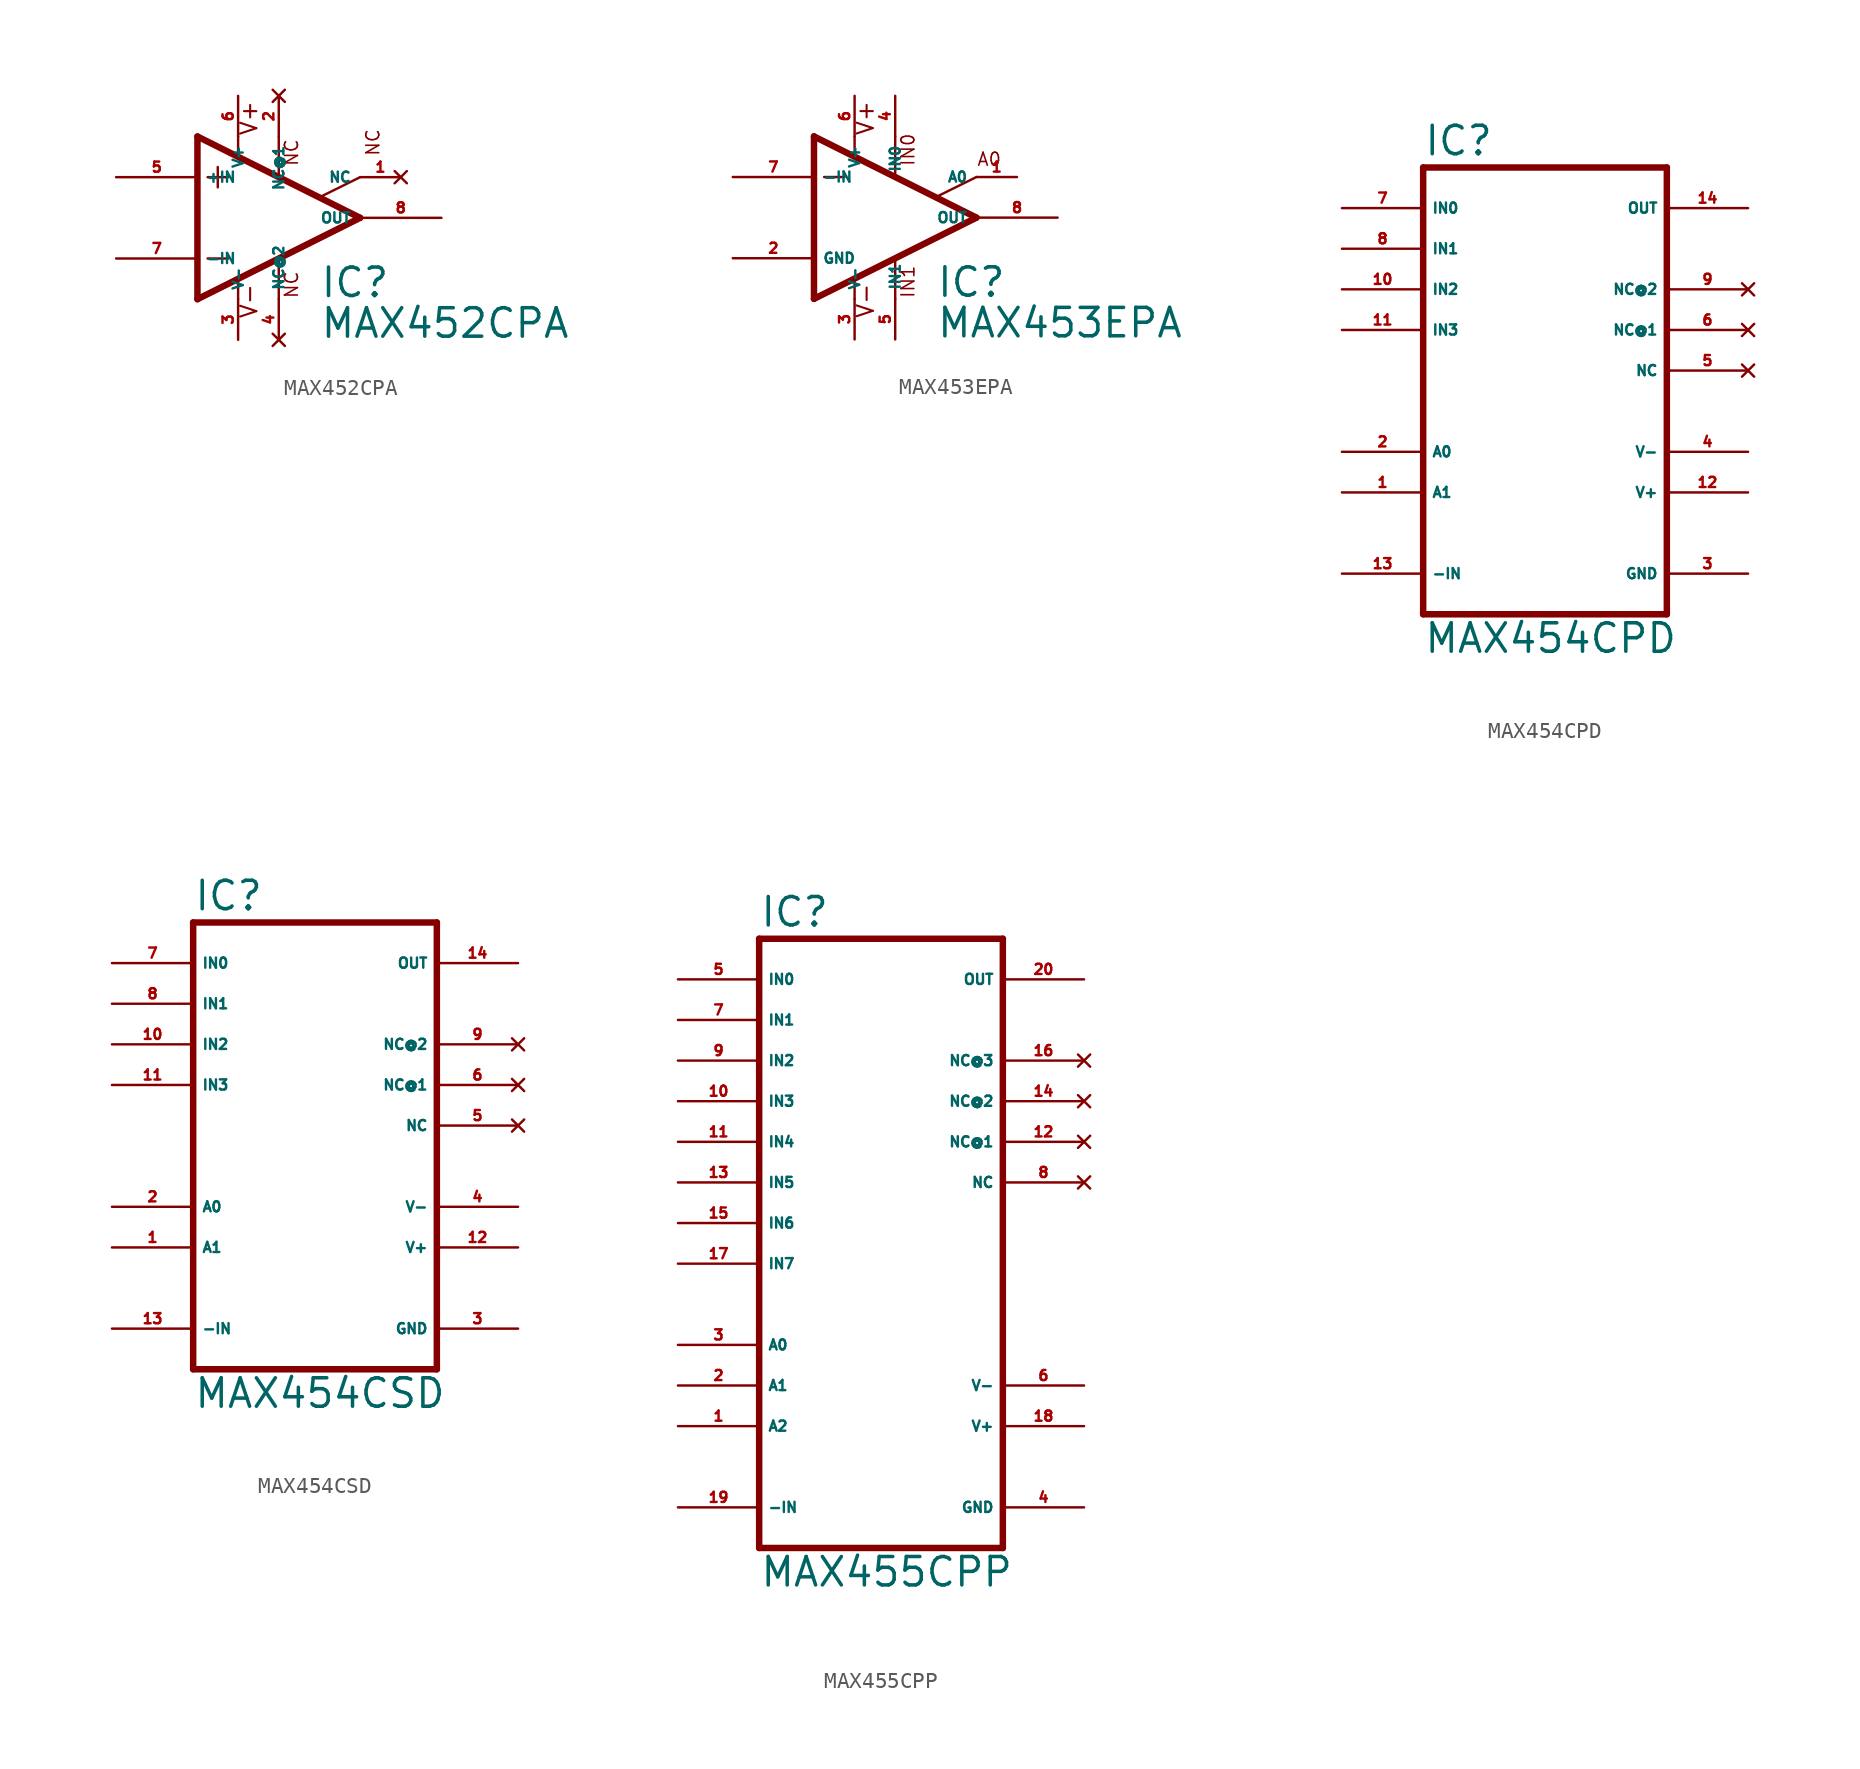
<source format=kicad_sym>
(kicad_symbol_lib
  (version 20220914)
  (generator Eagle2Kicad)
  (symbol "MAX452CPA"
    (property "Reference" "IC"
      (at 5.08 -5.08 0)
      (effects (font (size 1.778 1.778) (thickness 0.22)) (justify left bottom)))
    (property "Value" "MAX452CPA"
      (at 5.08 -7.62 0)
      (effects (font (size 1.778 1.778) (thickness 0.22)) (justify left bottom)))
    (polyline
      (pts (xy -1.27 3.175) (xy -1.27 1.905))
      (stroke (width 0.152) (type default))
      (fill (type none)))
    (polyline
      (pts (xy -1.905 2.54) (xy -0.635 2.54))
      (stroke (width 0.152) (type default))
      (fill (type none)))
    (polyline
      (pts (xy -1.905 -2.54) (xy -0.635 -2.54))
      (stroke (width 0.152) (type default))
      (fill (type none)))
    (polyline
      (pts (xy 0 5.08) (xy 0 3.886))
      (stroke (width 0.152) (type default))
      (fill (type none)))
    (polyline
      (pts (xy 2.54 5.055) (xy 2.54 2.616))
      (stroke (width 0.152) (type default))
      (fill (type none)))
    (polyline
      (pts (xy 2.54 -2.616) (xy 2.54 -5.08))
      (stroke (width 0.152) (type default))
      (fill (type none)))
    (polyline
      (pts (xy 0 -3.912) (xy 0 -5.08))
      (stroke (width 0.152) (type default))
      (fill (type none)))
    (polyline
      (pts (xy 7.62 2.54) (xy 5.156 1.321))
      (stroke (width 0.152) (type default))
      (fill (type none)))
    (polyline
      (pts (xy 7.62 0) (xy -2.54 5.08))
      (stroke (width 0.406) (type default))
      (fill (type none)))
    (polyline
      (pts (xy -2.54 5.08) (xy -2.54 -5.08))
      (stroke (width 0.406) (type default))
      (fill (type none)))
    (polyline
      (pts (xy -2.54 -5.08) (xy 7.62 0))
      (stroke (width 0.406) (type default))
      (fill (type none)))
    (text "NC"
      (at 3.81 3.175 900)
      (effects (font (size 0.813 0.813) (thickness 0.10)) (justify left bottom)))
    (text "NC"
      (at 3.81 -5.08 900)
      (effects (font (size 0.813 0.813) (thickness 0.10)) (justify left bottom)))
    (text "NC"
      (at 8.89 3.81 1800)
      (effects (font (size 0.813 0.813) (thickness 0.10)) (justify left bottom)))
    (text "V+"
      (at 1.27 5.08 900)
      (effects (font (size 1.016 1.016) (thickness 0.13)) (justify left bottom)))
    (text "V-"
      (at 1.27 -6.35 900)
      (effects (font (size 1.016 1.016) (thickness 0.13)) (justify left bottom)))
    (pin no_connect line
      (at 10.16 2.54 180)
      (length 2.54)
      (name "NC" (effects (font (size 0.635 0.635) (thickness 0.08)) (justify left bottom) hide))
      (number "1" (effects (font (size 0.635 0.635) (thickness 0.08)) (justify left bottom) hide)))
    (pin no_connect line
      (at 2.54 7.62 270)
      (length 2.54)
      (name "NC@1" (effects (font (size 0.635 0.635) (thickness 0.08)) (justify left bottom) hide))
      (number "2" (effects (font (size 0.635 0.635) (thickness 0.08)) (justify left bottom) hide)))
    (pin input line
      (at -7.62 -2.54 0)
      (length 5.08)
      (name "-IN" (effects (font (size 0.635 0.635) (thickness 0.08)) (justify left bottom)))
      (number "7" (effects (font (size 0.635 0.635) (thickness 0.08)) (justify left bottom))))
    (pin input line
      (at -7.62 2.54 0)
      (length 5.08)
      (name "+IN" (effects (font (size 0.635 0.635) (thickness 0.08)) (justify left bottom)))
      (number "5" (effects (font (size 0.635 0.635) (thickness 0.08)) (justify left bottom))))
    (pin output line
      (at 12.7 0 180)
      (length 5.08)
      (name "OUT" (effects (font (size 0.635 0.635) (thickness 0.08)) (justify left bottom)))
      (number "8" (effects (font (size 0.635 0.635) (thickness 0.08)) (justify left bottom))))
    (pin no_connect line
      (at 2.54 -7.62 90)
      (length 2.54)
      (name "NC@2" (effects (font (size 0.635 0.635) (thickness 0.08)) (justify left bottom) hide))
      (number "4" (effects (font (size 0.635 0.635) (thickness 0.08)) (justify left bottom) hide)))
    (pin unspecified line
      (at 0 7.62 270)
      (length 2.54)
      (name "V+" (effects (font (size 0.635 0.635) (thickness 0.08)) (justify left bottom)))
      (number "6" (effects (font (size 0.635 0.635) (thickness 0.08)) (justify left bottom))))
    (pin unspecified line
      (at 0 -7.62 90)
      (length 2.54)
      (name "V-" (effects (font (size 0.635 0.635) (thickness 0.08)) (justify left bottom)))
      (number "3" (effects (font (size 0.635 0.635) (thickness 0.08)) (justify left bottom)))))
  (symbol "MAX453EPA"
    (property "Reference" "IC"
      (at 5.08 -5.08 0)
      (effects (font (size 1.778 1.778) (thickness 0.22)) (justify left bottom)))
    (property "Value" "MAX453EPA"
      (at 5.08 -7.62 0)
      (effects (font (size 1.778 1.778) (thickness 0.22)) (justify left bottom)))
    (polyline
      (pts (xy -1.905 2.54) (xy -0.635 2.54))
      (stroke (width 0.152) (type default))
      (fill (type none)))
    (polyline
      (pts (xy 0 5.08) (xy 0 3.886))
      (stroke (width 0.152) (type default))
      (fill (type none)))
    (polyline
      (pts (xy 2.54 5.055) (xy 2.54 2.616))
      (stroke (width 0.152) (type default))
      (fill (type none)))
    (polyline
      (pts (xy 2.54 -2.616) (xy 2.54 -5.08))
      (stroke (width 0.152) (type default))
      (fill (type none)))
    (polyline
      (pts (xy 0 -3.912) (xy 0 -5.08))
      (stroke (width 0.152) (type default))
      (fill (type none)))
    (polyline
      (pts (xy 7.62 2.54) (xy 5.156 1.321))
      (stroke (width 0.152) (type default))
      (fill (type none)))
    (polyline
      (pts (xy 7.62 0) (xy -2.54 5.08))
      (stroke (width 0.406) (type default))
      (fill (type none)))
    (polyline
      (pts (xy -2.54 5.08) (xy -2.54 -5.08))
      (stroke (width 0.406) (type default))
      (fill (type none)))
    (polyline
      (pts (xy -2.54 -5.08) (xy 7.62 0))
      (stroke (width 0.406) (type default))
      (fill (type none)))
    (text "A0"
      (at 7.62 3.175 0)
      (effects (font (size 0.813 0.813) (thickness 0.10)) (justify left bottom)))
    (text "IN0"
      (at 3.81 3.175 900)
      (effects (font (size 0.813 0.813) (thickness 0.10)) (justify left bottom)))
    (text "IN1"
      (at 3.81 -5.08 900)
      (effects (font (size 0.813 0.813) (thickness 0.10)) (justify left bottom)))
    (text "V+"
      (at 1.27 5.08 900)
      (effects (font (size 1.016 1.016) (thickness 0.13)) (justify left bottom)))
    (text "V-"
      (at 1.27 -6.35 900)
      (effects (font (size 1.016 1.016) (thickness 0.13)) (justify left bottom)))
    (pin input line
      (at 10.16 2.54 180)
      (length 2.54)
      (name "A0" (effects (font (size 0.635 0.635) (thickness 0.08)) (justify left bottom)))
      (number "1" (effects (font (size 0.635 0.635) (thickness 0.08)) (justify left bottom))))
    (pin input line
      (at 2.54 7.62 270)
      (length 2.54)
      (name "IN0" (effects (font (size 0.635 0.635) (thickness 0.08)) (justify left bottom)))
      (number "4" (effects (font (size 0.635 0.635) (thickness 0.08)) (justify left bottom))))
    (pin unspecified line
      (at -7.62 -2.54 0)
      (length 5.08)
      (name "GND" (effects (font (size 0.635 0.635) (thickness 0.08)) (justify left bottom)))
      (number "2" (effects (font (size 0.635 0.635) (thickness 0.08)) (justify left bottom))))
    (pin input line
      (at -7.62 2.54 0)
      (length 5.08)
      (name "-IN" (effects (font (size 0.635 0.635) (thickness 0.08)) (justify left bottom)))
      (number "7" (effects (font (size 0.635 0.635) (thickness 0.08)) (justify left bottom))))
    (pin output line
      (at 12.7 0 180)
      (length 5.08)
      (name "OUT" (effects (font (size 0.635 0.635) (thickness 0.08)) (justify left bottom)))
      (number "8" (effects (font (size 0.635 0.635) (thickness 0.08)) (justify left bottom))))
    (pin input line
      (at 2.54 -7.62 90)
      (length 2.54)
      (name "IN1" (effects (font (size 0.635 0.635) (thickness 0.08)) (justify left bottom)))
      (number "5" (effects (font (size 0.635 0.635) (thickness 0.08)) (justify left bottom))))
    (pin unspecified line
      (at 0 7.62 270)
      (length 2.54)
      (name "V+" (effects (font (size 0.635 0.635) (thickness 0.08)) (justify left bottom)))
      (number "6" (effects (font (size 0.635 0.635) (thickness 0.08)) (justify left bottom))))
    (pin unspecified line
      (at 0 -7.62 90)
      (length 2.54)
      (name "V-" (effects (font (size 0.635 0.635) (thickness 0.08)) (justify left bottom)))
      (number "3" (effects (font (size 0.635 0.635) (thickness 0.08)) (justify left bottom)))))
  (symbol "MAX454CPD"
    (property "Reference" "IC"
      (at -7.62 13.335 0)
      (effects (font (size 1.778 1.778) (thickness 0.22)) (justify left bottom)))
    (property "Value" "MAX454CPD"
      (at -7.62 -17.78 0)
      (effects (font (size 1.778 1.778) (thickness 0.22)) (justify left bottom)))
    (polyline
      (pts (xy -7.62 -15.24) (xy 7.62 -15.24))
      (stroke (width 0.406) (type default))
      (fill (type none)))
    (polyline
      (pts (xy 7.62 12.7) (xy 7.62 -15.24))
      (stroke (width 0.406) (type default))
      (fill (type none)))
    (polyline
      (pts (xy 7.62 12.7) (xy -7.62 12.7))
      (stroke (width 0.406) (type default))
      (fill (type none)))
    (polyline
      (pts (xy -7.62 -15.24) (xy -7.62 12.7))
      (stroke (width 0.406) (type default))
      (fill (type none)))
    (pin input line
      (at -12.7 10.16 0)
      (length 5.08)
      (name "IN0" (effects (font (size 0.635 0.635) (thickness 0.08)) (justify left bottom)))
      (number "7" (effects (font (size 0.635 0.635) (thickness 0.08)) (justify left bottom))))
    (pin input line
      (at -12.7 7.62 0)
      (length 5.08)
      (name "IN1" (effects (font (size 0.635 0.635) (thickness 0.08)) (justify left bottom)))
      (number "8" (effects (font (size 0.635 0.635) (thickness 0.08)) (justify left bottom))))
    (pin input line
      (at -12.7 5.08 0)
      (length 5.08)
      (name "IN2" (effects (font (size 0.635 0.635) (thickness 0.08)) (justify left bottom)))
      (number "10" (effects (font (size 0.635 0.635) (thickness 0.08)) (justify left bottom))))
    (pin input line
      (at -12.7 -7.62 0)
      (length 5.08)
      (name "A1" (effects (font (size 0.635 0.635) (thickness 0.08)) (justify left bottom)))
      (number "1" (effects (font (size 0.635 0.635) (thickness 0.08)) (justify left bottom))))
    (pin input line
      (at -12.7 -5.08 0)
      (length 5.08)
      (name "A0" (effects (font (size 0.635 0.635) (thickness 0.08)) (justify left bottom)))
      (number "2" (effects (font (size 0.635 0.635) (thickness 0.08)) (justify left bottom))))
    (pin input line
      (at -12.7 2.54 0)
      (length 5.08)
      (name "IN3" (effects (font (size 0.635 0.635) (thickness 0.08)) (justify left bottom)))
      (number "11" (effects (font (size 0.635 0.635) (thickness 0.08)) (justify left bottom))))
    (pin input line
      (at -12.7 -12.7 0)
      (length 5.08)
      (name "-IN" (effects (font (size 0.635 0.635) (thickness 0.08)) (justify left bottom)))
      (number "13" (effects (font (size 0.635 0.635) (thickness 0.08)) (justify left bottom))))
    (pin unspecified line
      (at 12.7 -12.7 180)
      (length 5.08)
      (name "GND" (effects (font (size 0.635 0.635) (thickness 0.08)) (justify left bottom)))
      (number "3" (effects (font (size 0.635 0.635) (thickness 0.08)) (justify left bottom))))
    (pin unspecified line
      (at 12.7 -7.62 180)
      (length 5.08)
      (name "V+" (effects (font (size 0.635 0.635) (thickness 0.08)) (justify left bottom)))
      (number "12" (effects (font (size 0.635 0.635) (thickness 0.08)) (justify left bottom))))
    (pin output line
      (at 12.7 10.16 180)
      (length 5.08)
      (name "OUT" (effects (font (size 0.635 0.635) (thickness 0.08)) (justify left bottom)))
      (number "14" (effects (font (size 0.635 0.635) (thickness 0.08)) (justify left bottom))))
    (pin no_connect line
      (at 12.7 5.08 180)
      (length 5.08)
      (name "NC@2" (effects (font (size 0.635 0.635) (thickness 0.08)) (justify left bottom) hide))
      (number "9" (effects (font (size 0.635 0.635) (thickness 0.08)) (justify left bottom) hide)))
    (pin no_connect line
      (at 12.7 2.54 180)
      (length 5.08)
      (name "NC@1" (effects (font (size 0.635 0.635) (thickness 0.08)) (justify left bottom) hide))
      (number "6" (effects (font (size 0.635 0.635) (thickness 0.08)) (justify left bottom) hide)))
    (pin no_connect line
      (at 12.7 0 180)
      (length 5.08)
      (name "NC" (effects (font (size 0.635 0.635) (thickness 0.08)) (justify left bottom) hide))
      (number "5" (effects (font (size 0.635 0.635) (thickness 0.08)) (justify left bottom) hide)))
    (pin unspecified line
      (at 12.7 -5.08 180)
      (length 5.08)
      (name "V-" (effects (font (size 0.635 0.635) (thickness 0.08)) (justify left bottom)))
      (number "4" (effects (font (size 0.635 0.635) (thickness 0.08)) (justify left bottom)))))
  (symbol "MAX454CSD"
    (property "Reference" "IC"
      (at -7.62 13.335 0)
      (effects (font (size 1.778 1.778) (thickness 0.22)) (justify left bottom)))
    (property "Value" "MAX454CSD"
      (at -7.62 -17.78 0)
      (effects (font (size 1.778 1.778) (thickness 0.22)) (justify left bottom)))
    (polyline
      (pts (xy -7.62 -15.24) (xy 7.62 -15.24))
      (stroke (width 0.406) (type default))
      (fill (type none)))
    (polyline
      (pts (xy 7.62 12.7) (xy 7.62 -15.24))
      (stroke (width 0.406) (type default))
      (fill (type none)))
    (polyline
      (pts (xy 7.62 12.7) (xy -7.62 12.7))
      (stroke (width 0.406) (type default))
      (fill (type none)))
    (polyline
      (pts (xy -7.62 -15.24) (xy -7.62 12.7))
      (stroke (width 0.406) (type default))
      (fill (type none)))
    (pin input line
      (at -12.7 10.16 0)
      (length 5.08)
      (name "IN0" (effects (font (size 0.635 0.635) (thickness 0.08)) (justify left bottom)))
      (number "7" (effects (font (size 0.635 0.635) (thickness 0.08)) (justify left bottom))))
    (pin input line
      (at -12.7 7.62 0)
      (length 5.08)
      (name "IN1" (effects (font (size 0.635 0.635) (thickness 0.08)) (justify left bottom)))
      (number "8" (effects (font (size 0.635 0.635) (thickness 0.08)) (justify left bottom))))
    (pin input line
      (at -12.7 5.08 0)
      (length 5.08)
      (name "IN2" (effects (font (size 0.635 0.635) (thickness 0.08)) (justify left bottom)))
      (number "10" (effects (font (size 0.635 0.635) (thickness 0.08)) (justify left bottom))))
    (pin input line
      (at -12.7 -7.62 0)
      (length 5.08)
      (name "A1" (effects (font (size 0.635 0.635) (thickness 0.08)) (justify left bottom)))
      (number "1" (effects (font (size 0.635 0.635) (thickness 0.08)) (justify left bottom))))
    (pin input line
      (at -12.7 -5.08 0)
      (length 5.08)
      (name "A0" (effects (font (size 0.635 0.635) (thickness 0.08)) (justify left bottom)))
      (number "2" (effects (font (size 0.635 0.635) (thickness 0.08)) (justify left bottom))))
    (pin input line
      (at -12.7 2.54 0)
      (length 5.08)
      (name "IN3" (effects (font (size 0.635 0.635) (thickness 0.08)) (justify left bottom)))
      (number "11" (effects (font (size 0.635 0.635) (thickness 0.08)) (justify left bottom))))
    (pin input line
      (at -12.7 -12.7 0)
      (length 5.08)
      (name "-IN" (effects (font (size 0.635 0.635) (thickness 0.08)) (justify left bottom)))
      (number "13" (effects (font (size 0.635 0.635) (thickness 0.08)) (justify left bottom))))
    (pin unspecified line
      (at 12.7 -12.7 180)
      (length 5.08)
      (name "GND" (effects (font (size 0.635 0.635) (thickness 0.08)) (justify left bottom)))
      (number "3" (effects (font (size 0.635 0.635) (thickness 0.08)) (justify left bottom))))
    (pin unspecified line
      (at 12.7 -7.62 180)
      (length 5.08)
      (name "V+" (effects (font (size 0.635 0.635) (thickness 0.08)) (justify left bottom)))
      (number "12" (effects (font (size 0.635 0.635) (thickness 0.08)) (justify left bottom))))
    (pin output line
      (at 12.7 10.16 180)
      (length 5.08)
      (name "OUT" (effects (font (size 0.635 0.635) (thickness 0.08)) (justify left bottom)))
      (number "14" (effects (font (size 0.635 0.635) (thickness 0.08)) (justify left bottom))))
    (pin no_connect line
      (at 12.7 5.08 180)
      (length 5.08)
      (name "NC@2" (effects (font (size 0.635 0.635) (thickness 0.08)) (justify left bottom) hide))
      (number "9" (effects (font (size 0.635 0.635) (thickness 0.08)) (justify left bottom) hide)))
    (pin no_connect line
      (at 12.7 2.54 180)
      (length 5.08)
      (name "NC@1" (effects (font (size 0.635 0.635) (thickness 0.08)) (justify left bottom) hide))
      (number "6" (effects (font (size 0.635 0.635) (thickness 0.08)) (justify left bottom) hide)))
    (pin no_connect line
      (at 12.7 0 180)
      (length 5.08)
      (name "NC" (effects (font (size 0.635 0.635) (thickness 0.08)) (justify left bottom) hide))
      (number "5" (effects (font (size 0.635 0.635) (thickness 0.08)) (justify left bottom) hide)))
    (pin unspecified line
      (at 12.7 -5.08 180)
      (length 5.08)
      (name "V-" (effects (font (size 0.635 0.635) (thickness 0.08)) (justify left bottom)))
      (number "4" (effects (font (size 0.635 0.635) (thickness 0.08)) (justify left bottom)))))
  (symbol "MAX455CPP"
    (property "Reference" "IC"
      (at -7.62 20.955 0)
      (effects (font (size 1.778 1.778) (thickness 0.22)) (justify left bottom)))
    (property "Value" "MAX455CPP"
      (at -7.62 -20.32 0)
      (effects (font (size 1.778 1.778) (thickness 0.22)) (justify left bottom)))
    (polyline
      (pts (xy -7.62 -17.78) (xy 7.62 -17.78))
      (stroke (width 0.406) (type default))
      (fill (type none)))
    (polyline
      (pts (xy 7.62 20.32) (xy 7.62 -17.78))
      (stroke (width 0.406) (type default))
      (fill (type none)))
    (polyline
      (pts (xy 7.62 20.32) (xy -7.62 20.32))
      (stroke (width 0.406) (type default))
      (fill (type none)))
    (polyline
      (pts (xy -7.62 -17.78) (xy -7.62 20.32))
      (stroke (width 0.406) (type default))
      (fill (type none)))
    (pin input line
      (at -12.7 17.78 0)
      (length 5.08)
      (name "IN0" (effects (font (size 0.635 0.635) (thickness 0.08)) (justify left bottom)))
      (number "5" (effects (font (size 0.635 0.635) (thickness 0.08)) (justify left bottom))))
    (pin input line
      (at -12.7 15.24 0)
      (length 5.08)
      (name "IN1" (effects (font (size 0.635 0.635) (thickness 0.08)) (justify left bottom)))
      (number "7" (effects (font (size 0.635 0.635) (thickness 0.08)) (justify left bottom))))
    (pin input line
      (at -12.7 12.7 0)
      (length 5.08)
      (name "IN2" (effects (font (size 0.635 0.635) (thickness 0.08)) (justify left bottom)))
      (number "9" (effects (font (size 0.635 0.635) (thickness 0.08)) (justify left bottom))))
    (pin input line
      (at -12.7 -7.62 0)
      (length 5.08)
      (name "A1" (effects (font (size 0.635 0.635) (thickness 0.08)) (justify left bottom)))
      (number "2" (effects (font (size 0.635 0.635) (thickness 0.08)) (justify left bottom))))
    (pin input line
      (at -12.7 -5.08 0)
      (length 5.08)
      (name "A0" (effects (font (size 0.635 0.635) (thickness 0.08)) (justify left bottom)))
      (number "3" (effects (font (size 0.635 0.635) (thickness 0.08)) (justify left bottom))))
    (pin input line
      (at -12.7 10.16 0)
      (length 5.08)
      (name "IN3" (effects (font (size 0.635 0.635) (thickness 0.08)) (justify left bottom)))
      (number "10" (effects (font (size 0.635 0.635) (thickness 0.08)) (justify left bottom))))
    (pin input line
      (at -12.7 -15.24 0)
      (length 5.08)
      (name "-IN" (effects (font (size 0.635 0.635) (thickness 0.08)) (justify left bottom)))
      (number "19" (effects (font (size 0.635 0.635) (thickness 0.08)) (justify left bottom))))
    (pin unspecified line
      (at 12.7 -15.24 180)
      (length 5.08)
      (name "GND" (effects (font (size 0.635 0.635) (thickness 0.08)) (justify left bottom)))
      (number "4" (effects (font (size 0.635 0.635) (thickness 0.08)) (justify left bottom))))
    (pin unspecified line
      (at 12.7 -10.16 180)
      (length 5.08)
      (name "V+" (effects (font (size 0.635 0.635) (thickness 0.08)) (justify left bottom)))
      (number "18" (effects (font (size 0.635 0.635) (thickness 0.08)) (justify left bottom))))
    (pin output line
      (at 12.7 17.78 180)
      (length 5.08)
      (name "OUT" (effects (font (size 0.635 0.635) (thickness 0.08)) (justify left bottom)))
      (number "20" (effects (font (size 0.635 0.635) (thickness 0.08)) (justify left bottom))))
    (pin no_connect line
      (at 12.7 10.16 180)
      (length 5.08)
      (name "NC@2" (effects (font (size 0.635 0.635) (thickness 0.08)) (justify left bottom) hide))
      (number "14" (effects (font (size 0.635 0.635) (thickness 0.08)) (justify left bottom) hide)))
    (pin no_connect line
      (at 12.7 7.62 180)
      (length 5.08)
      (name "NC@1" (effects (font (size 0.635 0.635) (thickness 0.08)) (justify left bottom) hide))
      (number "12" (effects (font (size 0.635 0.635) (thickness 0.08)) (justify left bottom) hide)))
    (pin no_connect line
      (at 12.7 5.08 180)
      (length 5.08)
      (name "NC" (effects (font (size 0.635 0.635) (thickness 0.08)) (justify left bottom) hide))
      (number "8" (effects (font (size 0.635 0.635) (thickness 0.08)) (justify left bottom) hide)))
    (pin unspecified line
      (at 12.7 -7.62 180)
      (length 5.08)
      (name "V-" (effects (font (size 0.635 0.635) (thickness 0.08)) (justify left bottom)))
      (number "6" (effects (font (size 0.635 0.635) (thickness 0.08)) (justify left bottom))))
    (pin no_connect line
      (at 12.7 12.7 180)
      (length 5.08)
      (name "NC@3" (effects (font (size 0.635 0.635) (thickness 0.08)) (justify left bottom) hide))
      (number "16" (effects (font (size 0.635 0.635) (thickness 0.08)) (justify left bottom) hide)))
    (pin input line
      (at -12.7 7.62 0)
      (length 5.08)
      (name "IN4" (effects (font (size 0.635 0.635) (thickness 0.08)) (justify left bottom)))
      (number "11" (effects (font (size 0.635 0.635) (thickness 0.08)) (justify left bottom))))
    (pin input line
      (at -12.7 5.08 0)
      (length 5.08)
      (name "IN5" (effects (font (size 0.635 0.635) (thickness 0.08)) (justify left bottom)))
      (number "13" (effects (font (size 0.635 0.635) (thickness 0.08)) (justify left bottom))))
    (pin input line
      (at -12.7 2.54 0)
      (length 5.08)
      (name "IN6" (effects (font (size 0.635 0.635) (thickness 0.08)) (justify left bottom)))
      (number "15" (effects (font (size 0.635 0.635) (thickness 0.08)) (justify left bottom))))
    (pin input line
      (at -12.7 0 0)
      (length 5.08)
      (name "IN7" (effects (font (size 0.635 0.635) (thickness 0.08)) (justify left bottom)))
      (number "17" (effects (font (size 0.635 0.635) (thickness 0.08)) (justify left bottom))))
    (pin input line
      (at -12.7 -10.16 0)
      (length 5.08)
      (name "A2" (effects (font (size 0.635 0.635) (thickness 0.08)) (justify left bottom)))
      (number "1" (effects (font (size 0.635 0.635) (thickness 0.08)) (justify left bottom))))))
</source>
